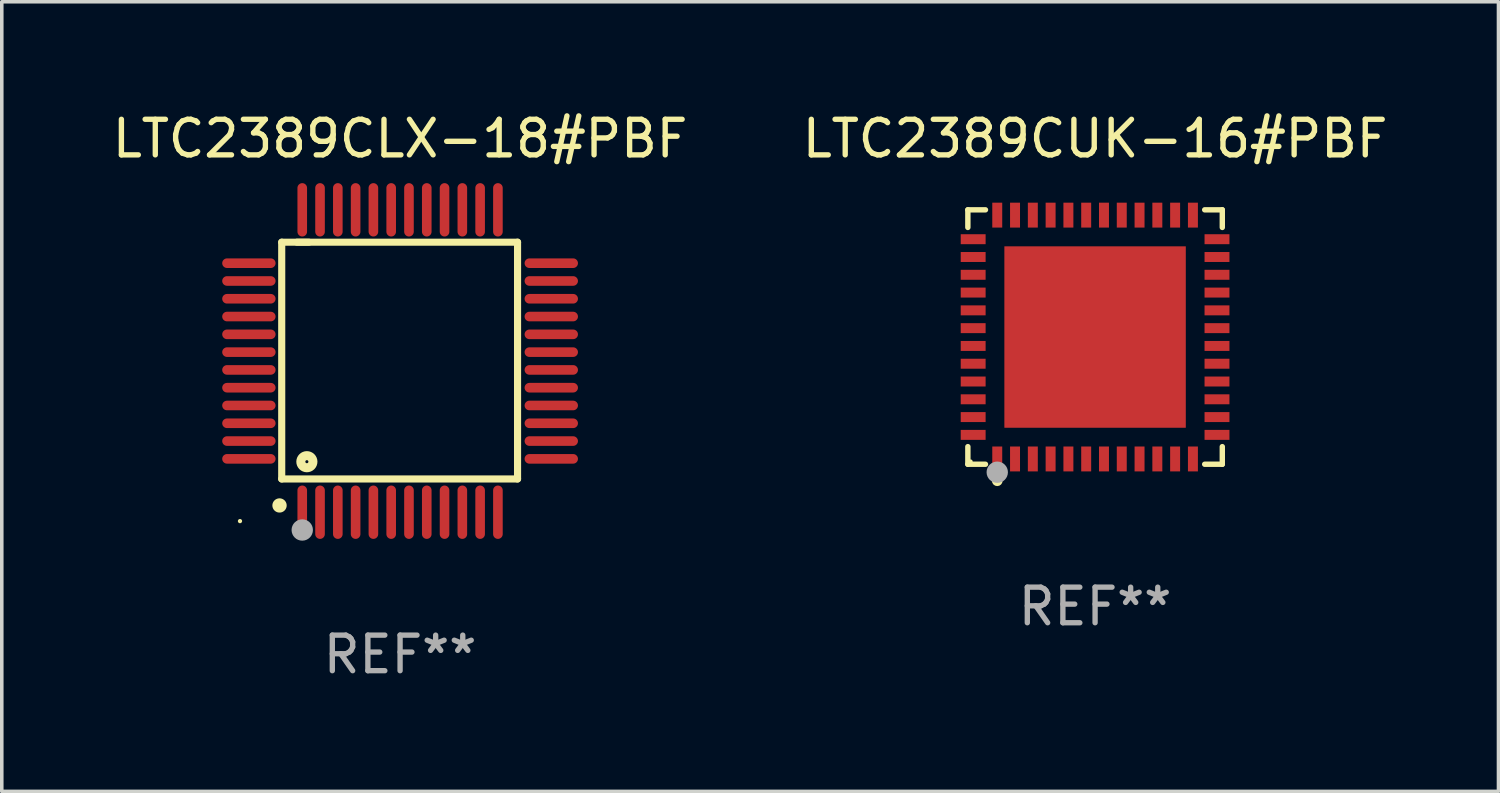
<source format=kicad_pcb>
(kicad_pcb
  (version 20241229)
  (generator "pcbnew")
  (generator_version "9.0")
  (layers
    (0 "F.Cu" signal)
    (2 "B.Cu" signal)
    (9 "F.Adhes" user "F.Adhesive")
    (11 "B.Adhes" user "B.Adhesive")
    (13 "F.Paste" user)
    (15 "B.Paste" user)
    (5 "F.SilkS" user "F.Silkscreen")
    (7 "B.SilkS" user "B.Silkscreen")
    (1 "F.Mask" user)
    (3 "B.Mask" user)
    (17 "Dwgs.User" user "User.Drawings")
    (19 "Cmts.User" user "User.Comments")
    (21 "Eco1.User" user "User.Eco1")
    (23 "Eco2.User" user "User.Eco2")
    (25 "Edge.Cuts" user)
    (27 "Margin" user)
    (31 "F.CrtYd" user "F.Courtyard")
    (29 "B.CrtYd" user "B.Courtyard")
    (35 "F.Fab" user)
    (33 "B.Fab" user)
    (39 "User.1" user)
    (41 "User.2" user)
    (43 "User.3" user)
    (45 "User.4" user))
  (footprint "LTC2389CUK-16#PBF"
    (layer "F.Cu")
    (at 27.732 6.424)
    (property "Reference" "LTC2389CUK-16#PBF" (at 0 -5.576 0) (layer "F.SilkS") (effects (font (size 1 1) (thickness 0.15))))
    (attr through_hole)
    (fp_line (start -3.576 -3.576) (end -3.081 -3.576) (stroke (width 0.152) (type solid)) (layer "F.SilkS"))
    (fp_line (start -3.576 -3.081) (end -3.576 -3.576) (stroke (width 0.152) (type solid)) (layer "F.SilkS"))
    (fp_line (start -3.576 3.081) (end -3.576 3.576) (stroke (width 0.152) (type solid)) (layer "F.SilkS"))
    (fp_line (start -3.576 3.576) (end -3.081 3.576) (stroke (width 0.152) (type solid)) (layer "F.SilkS"))
    (fp_line (start 3.576 -3.576) (end 3.081 -3.576) (stroke (width 0.152) (type solid)) (layer "F.SilkS"))
    (fp_line (start 3.576 -3.081) (end 3.576 -3.576) (stroke (width 0.152) (type solid)) (layer "F.SilkS"))
    (fp_line (start 3.576 3.081) (end 3.576 3.576) (stroke (width 0.152) (type solid)) (layer "F.SilkS"))
    (fp_line (start 3.576 3.576) (end 3.081 3.576) (stroke (width 0.152) (type solid)) (layer "F.SilkS"))
    (fp_circle (center -3.5 3.5) (end -3.47 3.5) (stroke (width 0.06) (type solid)) (fill no) (layer "F.SilkS"))
    (fp_circle (center -2.75 4.04) (end -2.675 4.04) (stroke (width 0.15) (type solid)) (fill no) (layer "F.SilkS"))
    (fp_circle (center -2.75 3.8) (end -2.6 3.8) (stroke (width 0.3) (type solid)) (fill no) (layer "F.Fab"))
    (fp_text user "REF**" (at 0 7.576 0) (layer "F.Fab") (effects (font (size 1 1) (thickness 0.15))))
    (pad "1" smd rect (at -2.75 3.427) (size 0.28 0.7) (layers "F.Cu" "F.Mask" "F.Paste"))
    (pad "2" smd rect (at -2.25 3.427) (size 0.28 0.7) (layers "F.Cu" "F.Mask" "F.Paste"))
    (pad "3" smd rect (at -1.75 3.427) (size 0.28 0.7) (layers "F.Cu" "F.Mask" "F.Paste"))
    (pad "4" smd rect (at -1.25 3.427) (size 0.28 0.7) (layers "F.Cu" "F.Mask" "F.Paste"))
    (pad "5" smd rect (at -0.75 3.427) (size 0.28 0.7) (layers "F.Cu" "F.Mask" "F.Paste"))
    (pad "6" smd rect (at -0.25 3.427) (size 0.28 0.7) (layers "F.Cu" "F.Mask" "F.Paste"))
    (pad "7" smd rect (at 0.25 3.427) (size 0.28 0.7) (layers "F.Cu" "F.Mask" "F.Paste"))
    (pad "8" smd rect (at 0.75 3.427) (size 0.28 0.7) (layers "F.Cu" "F.Mask" "F.Paste"))
    (pad "9" smd rect (at 1.25 3.427) (size 0.28 0.7) (layers "F.Cu" "F.Mask" "F.Paste"))
    (pad "10" smd rect (at 1.75 3.427) (size 0.28 0.7) (layers "F.Cu" "F.Mask" "F.Paste"))
    (pad "11" smd rect (at 2.25 3.427) (size 0.28 0.7) (layers "F.Cu" "F.Mask" "F.Paste"))
    (pad "12" smd rect (at 2.75 3.427) (size 0.28 0.7) (layers "F.Cu" "F.Mask" "F.Paste"))
    (pad "13" smd rect (at 3.427 2.75) (size 0.7 0.28) (layers "F.Cu" "F.Mask" "F.Paste"))
    (pad "14" smd rect (at 3.427 2.25) (size 0.7 0.28) (layers "F.Cu" "F.Mask" "F.Paste"))
    (pad "15" smd rect (at 3.427 1.75) (size 0.7 0.28) (layers "F.Cu" "F.Mask" "F.Paste"))
    (pad "16" smd rect (at 3.427 1.25) (size 0.7 0.28) (layers "F.Cu" "F.Mask" "F.Paste"))
    (pad "17" smd rect (at 3.427 0.75) (size 0.7 0.28) (layers "F.Cu" "F.Mask" "F.Paste"))
    (pad "18" smd rect (at 3.427 0.25) (size 0.7 0.28) (layers "F.Cu" "F.Mask" "F.Paste"))
    (pad "19" smd rect (at 3.427 -0.25) (size 0.7 0.28) (layers "F.Cu" "F.Mask" "F.Paste"))
    (pad "20" smd rect (at 3.427 -0.75) (size 0.7 0.28) (layers "F.Cu" "F.Mask" "F.Paste"))
    (pad "21" smd rect (at 3.427 -1.25) (size 0.7 0.28) (layers "F.Cu" "F.Mask" "F.Paste"))
    (pad "22" smd rect (at 3.427 -1.75) (size 0.7 0.28) (layers "F.Cu" "F.Mask" "F.Paste"))
    (pad "23" smd rect (at 3.427 -2.25) (size 0.7 0.28) (layers "F.Cu" "F.Mask" "F.Paste"))
    (pad "24" smd rect (at 3.427 -2.75) (size 0.7 0.28) (layers "F.Cu" "F.Mask" "F.Paste"))
    (pad "25" smd rect (at 2.75 -3.427) (size 0.28 0.7) (layers "F.Cu" "F.Mask" "F.Paste"))
    (pad "26" smd rect (at 2.25 -3.427) (size 0.28 0.7) (layers "F.Cu" "F.Mask" "F.Paste"))
    (pad "27" smd rect (at 1.75 -3.427) (size 0.28 0.7) (layers "F.Cu" "F.Mask" "F.Paste"))
    (pad "28" smd rect (at 1.25 -3.427) (size 0.28 0.7) (layers "F.Cu" "F.Mask" "F.Paste"))
    (pad "29" smd rect (at 0.75 -3.427) (size 0.28 0.7) (layers "F.Cu" "F.Mask" "F.Paste"))
    (pad "30" smd rect (at 0.25 -3.427) (size 0.28 0.7) (layers "F.Cu" "F.Mask" "F.Paste"))
    (pad "31" smd rect (at -0.25 -3.427) (size 0.28 0.7) (layers "F.Cu" "F.Mask" "F.Paste"))
    (pad "32" smd rect (at -0.75 -3.427) (size 0.28 0.7) (layers "F.Cu" "F.Mask" "F.Paste"))
    (pad "33" smd rect (at -1.25 -3.427) (size 0.28 0.7) (layers "F.Cu" "F.Mask" "F.Paste"))
    (pad "34" smd rect (at -1.75 -3.427) (size 0.28 0.7) (layers "F.Cu" "F.Mask" "F.Paste"))
    (pad "35" smd rect (at -2.25 -3.427) (size 0.28 0.7) (layers "F.Cu" "F.Mask" "F.Paste"))
    (pad "36" smd rect (at -2.75 -3.427) (size 0.28 0.7) (layers "F.Cu" "F.Mask" "F.Paste"))
    (pad "37" smd rect (at -3.427 -2.75) (size 0.7 0.28) (layers "F.Cu" "F.Mask" "F.Paste"))
    (pad "38" smd rect (at -3.427 -2.25) (size 0.7 0.28) (layers "F.Cu" "F.Mask" "F.Paste"))
    (pad "39" smd rect (at -3.427 -1.75) (size 0.7 0.28) (layers "F.Cu" "F.Mask" "F.Paste"))
    (pad "40" smd rect (at -3.427 -1.25) (size 0.7 0.28) (layers "F.Cu" "F.Mask" "F.Paste"))
    (pad "41" smd rect (at -3.427 -0.75) (size 0.7 0.28) (layers "F.Cu" "F.Mask" "F.Paste"))
    (pad "42" smd rect (at -3.427 -0.25) (size 0.7 0.28) (layers "F.Cu" "F.Mask" "F.Paste"))
    (pad "43" smd rect (at -3.427 0.25) (size 0.7 0.28) (layers "F.Cu" "F.Mask" "F.Paste"))
    (pad "44" smd rect (at -3.427 0.75) (size 0.7 0.28) (layers "F.Cu" "F.Mask" "F.Paste"))
    (pad "45" smd rect (at -3.427 1.25) (size 0.7 0.28) (layers "F.Cu" "F.Mask" "F.Paste"))
    (pad "46" smd rect (at -3.427 1.75) (size 0.7 0.28) (layers "F.Cu" "F.Mask" "F.Paste"))
    (pad "47" smd rect (at -3.427 2.25) (size 0.7 0.28) (layers "F.Cu" "F.Mask" "F.Paste"))
    (pad "48" smd rect (at -3.427 2.75) (size 0.7 0.28) (layers "F.Cu" "F.Mask" "F.Paste"))
    (pad "49" smd rect (at 0 0) (size 5.1 5.1) (layers "F.Cu" "F.Mask" "F.Paste")))
  (footprint "LTC2389CLX-18#PBF"
    (layer "F.Cu")
    (at 8.196 7.098)
    (property "Reference" "LTC2389CLX-18#PBF" (at 0 -6.25 0) (layer "F.SilkS") (effects (font (size 1 1) (thickness 0.15))))
    (attr through_hole)
    (fp_line (start -3.327 -3.34) (end -2.565 -3.34) (stroke (width 0.2) (type solid)) (layer "F.SilkS"))
    (fp_line (start -3.327 3.315) (end -3.327 -3.34) (stroke (width 0.2) (type solid)) (layer "F.SilkS"))
    (fp_line (start -2.896 -3.34) (end 3.302 -3.34) (stroke (width 0.2) (type solid)) (layer "F.SilkS"))
    (fp_line (start 3.302 -3.34) (end 3.302 3.315) (stroke (width 0.2) (type solid)) (layer "F.SilkS"))
    (fp_line (start 3.302 3.315) (end -3.327 3.315) (stroke (width 0.2) (type solid)) (layer "F.SilkS"))
    (fp_arc (start -3.389992 4.059995) (mid -3.388722 4.059991) (end -3.387452 4.059995) (stroke (width 0.4) (type solid)) (layer "F.SilkS"))
    (fp_circle (center -4.5 4.5) (end -4.47 4.5) (stroke (width 0.06) (type solid)) (fill no) (layer "F.SilkS"))
    (fp_circle (center -2.62 2.83) (end -2.45 2.83) (stroke (width 0.254) (type solid)) (fill no) (layer "F.SilkS"))
    (fp_circle (center -2.75 4.75) (end -2.6 4.75) (stroke (width 0.3) (type solid)) (fill no) (layer "F.Fab"))
    (fp_text user "REF**" (at 0 8.25 0) (layer "F.Fab") (effects (font (size 1 1) (thickness 0.15))))
    (pad "1" smd oval (at -2.75 4.25) (size 0.27 1.5) (layers "F.Cu" "F.Mask" "F.Paste"))
    (pad "2" smd oval (at -2.25 4.25) (size 0.27 1.5) (layers "F.Cu" "F.Mask" "F.Paste"))
    (pad "3" smd oval (at -1.75 4.25) (size 0.27 1.5) (layers "F.Cu" "F.Mask" "F.Paste"))
    (pad "4" smd oval (at -1.25 4.25) (size 0.27 1.5) (layers "F.Cu" "F.Mask" "F.Paste"))
    (pad "5" smd oval (at -0.75 4.25) (size 0.27 1.5) (layers "F.Cu" "F.Mask" "F.Paste"))
    (pad "6" smd oval (at -0.25 4.25) (size 0.27 1.5) (layers "F.Cu" "F.Mask" "F.Paste"))
    (pad "7" smd oval (at 0.25 4.25) (size 0.27 1.5) (layers "F.Cu" "F.Mask" "F.Paste"))
    (pad "8" smd oval (at 0.75 4.25) (size 0.27 1.5) (layers "F.Cu" "F.Mask" "F.Paste"))
    (pad "9" smd oval (at 1.25 4.25) (size 0.27 1.5) (layers "F.Cu" "F.Mask" "F.Paste"))
    (pad "10" smd oval (at 1.75 4.25) (size 0.27 1.5) (layers "F.Cu" "F.Mask" "F.Paste"))
    (pad "11" smd oval (at 2.25 4.25) (size 0.27 1.5) (layers "F.Cu" "F.Mask" "F.Paste"))
    (pad "12" smd oval (at 2.75 4.25) (size 0.27 1.5) (layers "F.Cu" "F.Mask" "F.Paste"))
    (pad "13" smd oval (at 4.25 2.75) (size 1.5 0.27) (layers "F.Cu" "F.Mask" "F.Paste"))
    (pad "14" smd oval (at 4.25 2.25) (size 1.5 0.27) (layers "F.Cu" "F.Mask" "F.Paste"))
    (pad "15" smd oval (at 4.25 1.75) (size 1.5 0.27) (layers "F.Cu" "F.Mask" "F.Paste"))
    (pad "16" smd oval (at 4.25 1.25) (size 1.5 0.27) (layers "F.Cu" "F.Mask" "F.Paste"))
    (pad "17" smd oval (at 4.25 0.75) (size 1.5 0.27) (layers "F.Cu" "F.Mask" "F.Paste"))
    (pad "18" smd oval (at 4.25 0.25) (size 1.5 0.27) (layers "F.Cu" "F.Mask" "F.Paste"))
    (pad "19" smd oval (at 4.25 -0.25) (size 1.5 0.27) (layers "F.Cu" "F.Mask" "F.Paste"))
    (pad "20" smd oval (at 4.25 -0.75) (size 1.5 0.27) (layers "F.Cu" "F.Mask" "F.Paste"))
    (pad "21" smd oval (at 4.25 -1.25) (size 1.5 0.27) (layers "F.Cu" "F.Mask" "F.Paste"))
    (pad "22" smd oval (at 4.25 -1.75) (size 1.5 0.27) (layers "F.Cu" "F.Mask" "F.Paste"))
    (pad "23" smd oval (at 4.25 -2.25) (size 1.5 0.27) (layers "F.Cu" "F.Mask" "F.Paste"))
    (pad "24" smd oval (at 4.25 -2.75) (size 1.5 0.27) (layers "F.Cu" "F.Mask" "F.Paste"))
    (pad "25" smd oval (at 2.75 -4.25) (size 0.27 1.5) (layers "F.Cu" "F.Mask" "F.Paste"))
    (pad "26" smd oval (at 2.25 -4.25) (size 0.27 1.5) (layers "F.Cu" "F.Mask" "F.Paste"))
    (pad "27" smd oval (at 1.75 -4.25) (size 0.27 1.5) (layers "F.Cu" "F.Mask" "F.Paste"))
    (pad "28" smd oval (at 1.25 -4.25) (size 0.27 1.5) (layers "F.Cu" "F.Mask" "F.Paste"))
    (pad "29" smd oval (at 0.75 -4.25) (size 0.27 1.5) (layers "F.Cu" "F.Mask" "F.Paste"))
    (pad "30" smd oval (at 0.25 -4.25) (size 0.27 1.5) (layers "F.Cu" "F.Mask" "F.Paste"))
    (pad "31" smd oval (at -0.25 -4.25) (size 0.27 1.5) (layers "F.Cu" "F.Mask" "F.Paste"))
    (pad "32" smd oval (at -0.75 -4.25) (size 0.27 1.5) (layers "F.Cu" "F.Mask" "F.Paste"))
    (pad "33" smd oval (at -1.25 -4.25) (size 0.27 1.5) (layers "F.Cu" "F.Mask" "F.Paste"))
    (pad "34" smd oval (at -1.75 -4.25) (size 0.27 1.5) (layers "F.Cu" "F.Mask" "F.Paste"))
    (pad "35" smd oval (at -2.25 -4.25) (size 0.27 1.5) (layers "F.Cu" "F.Mask" "F.Paste"))
    (pad "36" smd oval (at -2.75 -4.25) (size 0.27 1.5) (layers "F.Cu" "F.Mask" "F.Paste"))
    (pad "37" smd oval (at -4.25 -2.75) (size 1.5 0.27) (layers "F.Cu" "F.Mask" "F.Paste"))
    (pad "38" smd oval (at -4.25 -2.25) (size 1.5 0.27) (layers "F.Cu" "F.Mask" "F.Paste"))
    (pad "39" smd oval (at -4.25 -1.75) (size 1.5 0.27) (layers "F.Cu" "F.Mask" "F.Paste"))
    (pad "40" smd oval (at -4.25 -1.25) (size 1.5 0.27) (layers "F.Cu" "F.Mask" "F.Paste"))
    (pad "41" smd oval (at -4.25 -0.75) (size 1.5 0.27) (layers "F.Cu" "F.Mask" "F.Paste"))
    (pad "42" smd oval (at -4.25 -0.25) (size 1.5 0.27) (layers "F.Cu" "F.Mask" "F.Paste"))
    (pad "43" smd oval (at -4.25 0.25) (size 1.5 0.27) (layers "F.Cu" "F.Mask" "F.Paste"))
    (pad "44" smd oval (at -4.25 0.75) (size 1.5 0.27) (layers "F.Cu" "F.Mask" "F.Paste"))
    (pad "45" smd oval (at -4.25 1.25) (size 1.5 0.27) (layers "F.Cu" "F.Mask" "F.Paste"))
    (pad "46" smd oval (at -4.25 1.75) (size 1.5 0.27) (layers "F.Cu" "F.Mask" "F.Paste"))
    (pad "47" smd oval (at -4.25 2.25) (size 1.5 0.27) (layers "F.Cu" "F.Mask" "F.Paste"))
    (pad "48" smd oval (at -4.25 2.75) (size 1.5 0.27) (layers "F.Cu" "F.Mask" "F.Paste")))
  (gr_rect
    (start -3 -3)
    (end 39.071 19.196)
    (stroke (width 0.1) (type default))
    (fill no)
    (layer "Edge.Cuts")))
</source>
